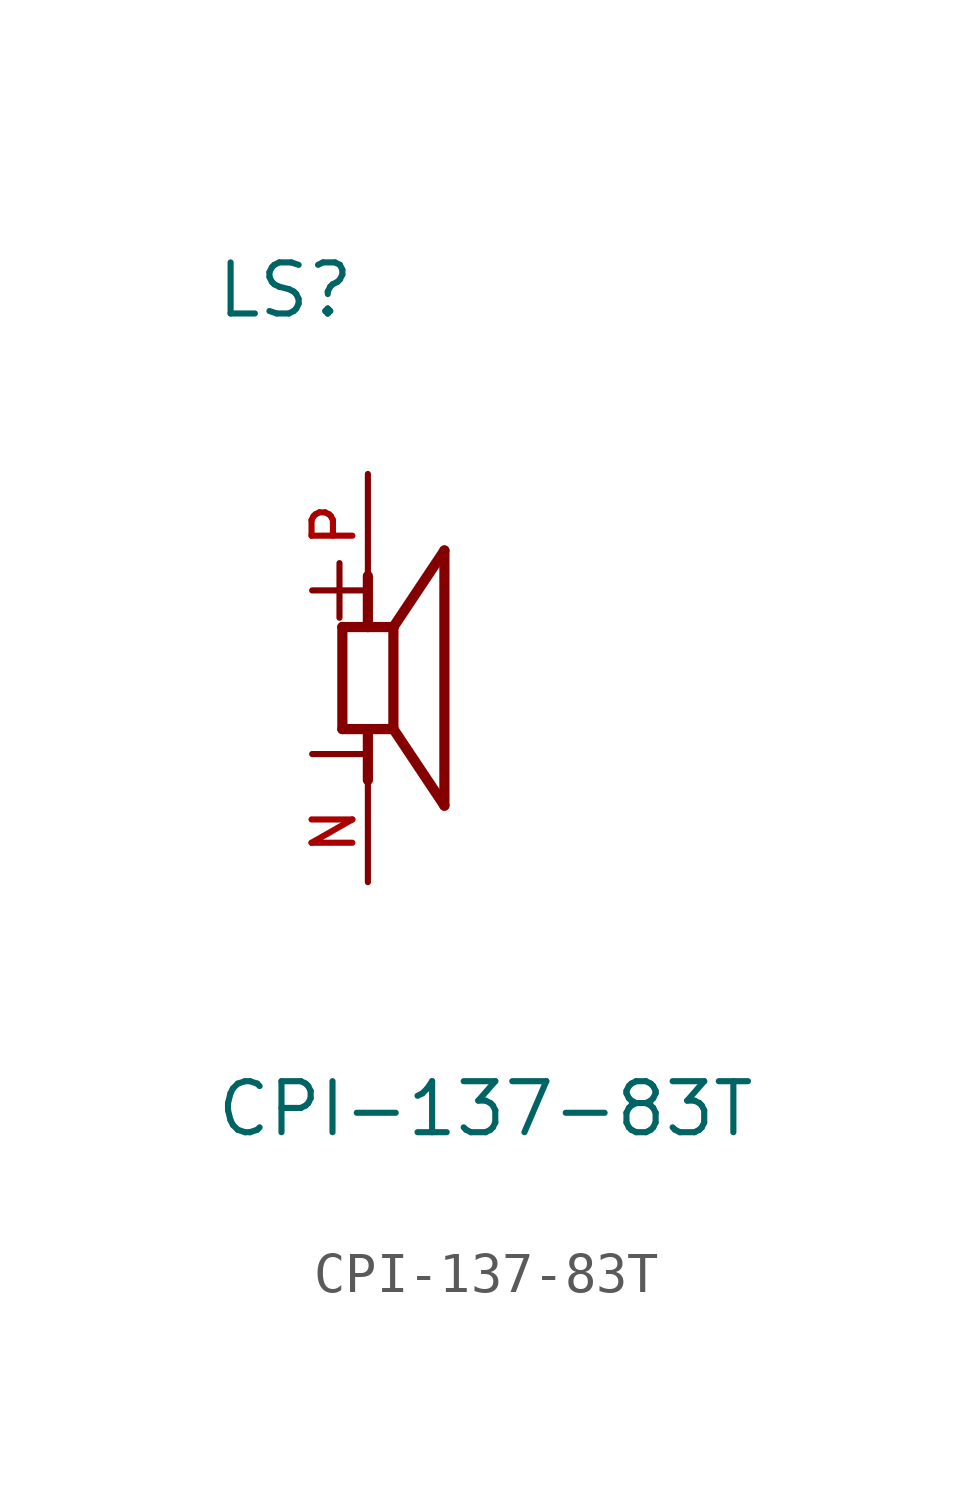
<source format=kicad_sym>
(kicad_symbol_lib
  (version 20211014)
  (generator kicad_symbol_editor)
  (symbol "CPI-137-83T"
    (pin_names
      (offset 1.016))
    (property "Reference" "LS"
      (at -3.82 8.913 0)
      (effects (font (size 1.27 1.27)) (justify bottom left)))
    (property "Value" "CPI-137-83T"
      (at -3.823 -11.469 0)
      (effects (font (size 1.27 1.27)) (justify bottom left)))
    (symbol "CPI-137-83T_0_0"
      (polyline (pts (xy -0.635 1.27) (xy 0.0 1.27)) (stroke (width 0.254)))
      (polyline (pts (xy 0.0 1.27) (xy 0.635 1.27)) (stroke (width 0.254)))
      (polyline (pts (xy 0.635 1.27) (xy 0.635 -1.27)) (stroke (width 0.254)))
      (polyline (pts (xy 0.635 -1.27) (xy 0.0 -1.27)) (stroke (width 0.254)))
      (polyline (pts (xy 0.0 -1.27) (xy -0.635 -1.27)) (stroke (width 0.254)))
      (polyline (pts (xy -0.635 -1.27) (xy -0.635 1.27)) (stroke (width 0.254)))
      (polyline (pts (xy 0.635 1.27) (xy 1.905 3.175)) (stroke (width 0.254)))
      (polyline (pts (xy 1.905 3.175) (xy 1.905 -3.175)) (stroke (width 0.254)))
      (polyline (pts (xy 1.905 -3.175) (xy 0.635 -1.27)) (stroke (width 0.254)))
      (polyline (pts (xy 0.0 1.27) (xy 0.0 2.54)) (stroke (width 0.254)))
      (polyline (pts (xy 0.0 -1.27) (xy 0.0 -2.54)) (stroke (width 0.254)))
      (text "+" (at -1.912 1.275 0) (effects (font (size 1.785 1.785)) (justify bottom left)))
      (text "-" (at -1.912 -2.798 0) (effects (font (size 1.785 1.785)) (justify bottom left)))
      (pin passive line (at 0.0 5.08 270.0) (length 2.54) (name "~" (effects (font (size 1.016 1.016)))) (number "P" (effects (font (size 1.016 1.016)))))
      (pin passive line (at 0.0 -5.08 90.0) (length 2.54) (name "~" (effects (font (size 1.016 1.016)))) (number "N" (effects (font (size 1.016 1.016))))))))
</source>
